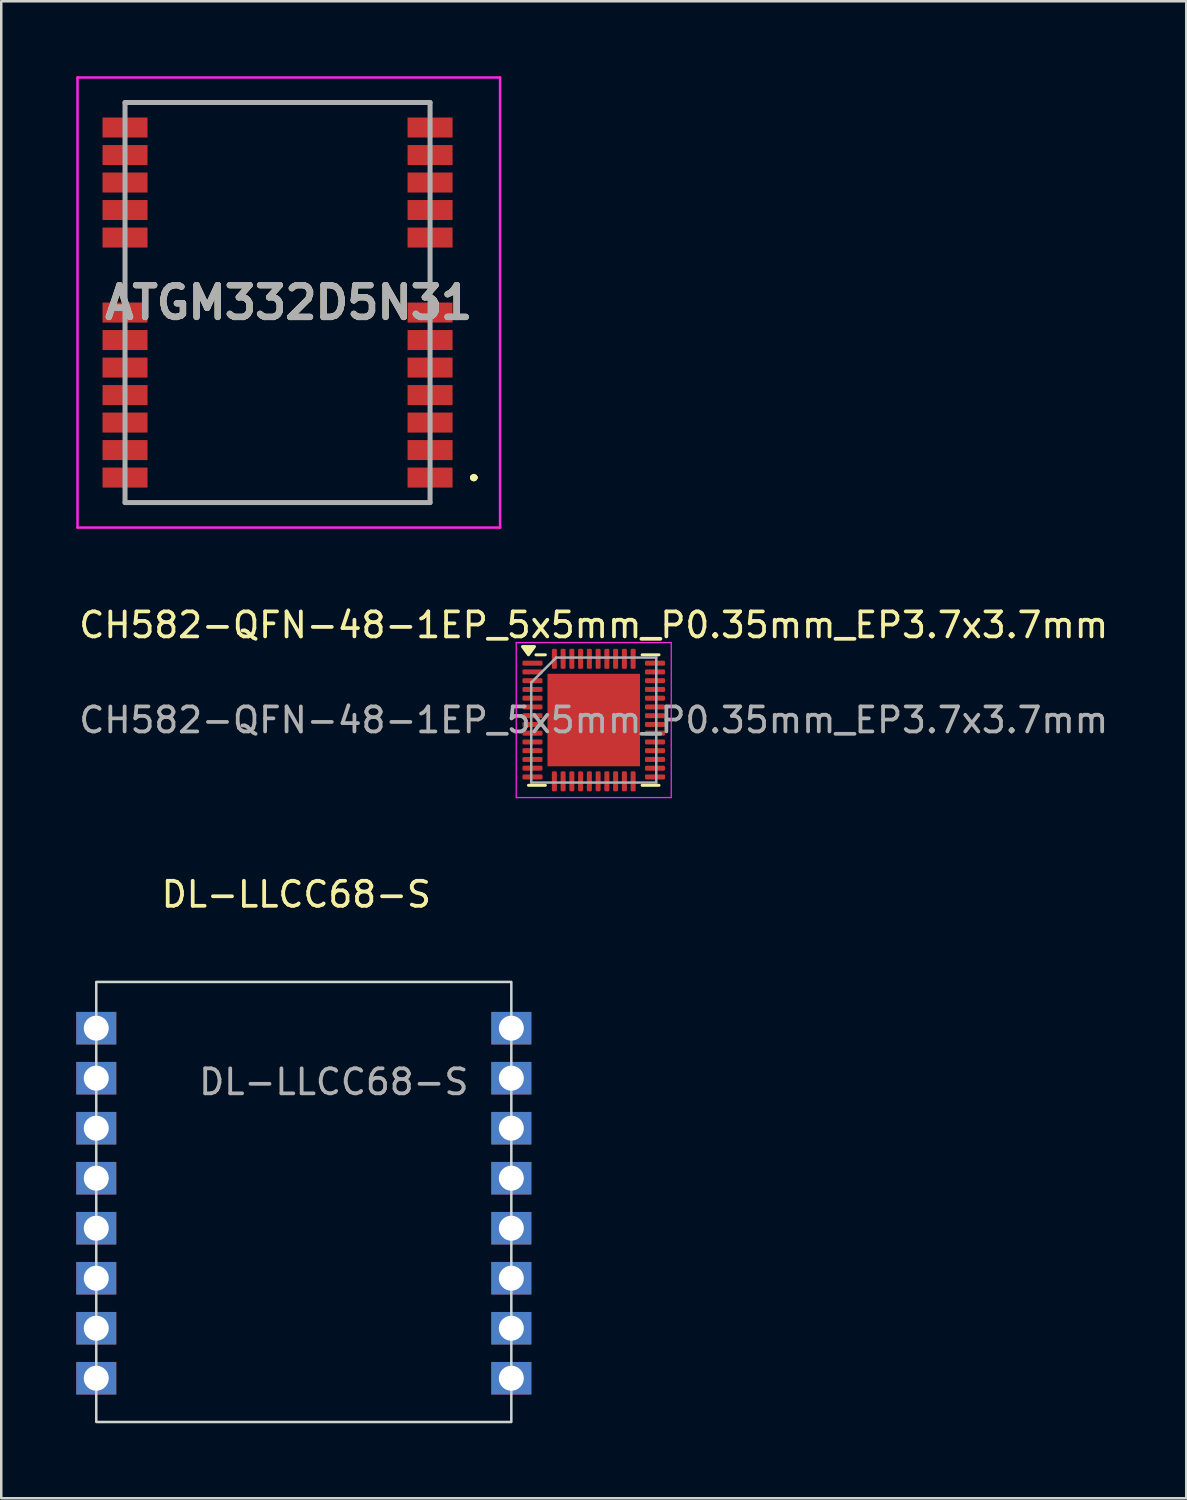
<source format=kicad_pcb>
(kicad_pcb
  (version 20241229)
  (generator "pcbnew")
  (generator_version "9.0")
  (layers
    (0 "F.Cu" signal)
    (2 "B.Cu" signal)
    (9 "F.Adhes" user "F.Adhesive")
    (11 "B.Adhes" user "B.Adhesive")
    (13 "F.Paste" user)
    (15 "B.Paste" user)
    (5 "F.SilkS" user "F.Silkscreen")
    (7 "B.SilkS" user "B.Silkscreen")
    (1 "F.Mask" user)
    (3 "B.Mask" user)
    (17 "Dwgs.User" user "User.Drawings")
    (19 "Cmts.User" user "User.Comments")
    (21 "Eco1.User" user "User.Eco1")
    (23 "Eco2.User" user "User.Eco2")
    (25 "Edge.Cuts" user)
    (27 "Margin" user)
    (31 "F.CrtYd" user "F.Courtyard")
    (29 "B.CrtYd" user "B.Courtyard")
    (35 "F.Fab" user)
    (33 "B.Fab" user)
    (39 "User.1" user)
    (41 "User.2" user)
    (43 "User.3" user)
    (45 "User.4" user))
  (footprint "CH582-QFN-48-1EP_5x5mm_P0.35mm_EP3.7x3.7mm"
    (layer "F.Cu")
    (at 20.696 25.748)
    (property "Reference" "CH582-QFN-48-1EP_5x5mm_P0.35mm_EP3.7x3.7mm" (at 0 -3.8 0) (layer "F.SilkS") (effects (font (size 1 1) (thickness 0.15))))
    (attr smd)
    (fp_line (start -1.935 -2.61) (end -2.31 -2.61) (stroke (width 0.12) (type solid)) (layer "F.SilkS"))
    (fp_line (start -1.935 2.61) (end -2.61 2.61) (stroke (width 0.12) (type solid)) (layer "F.SilkS"))
    (fp_line (start 1.935 -2.61) (end 2.61 -2.61) (stroke (width 0.12) (type solid)) (layer "F.SilkS"))
    (fp_line (start 1.935 2.61) (end 2.61 2.61) (stroke (width 0.12) (type solid)) (layer "F.SilkS"))
    (fp_poly (pts (xy -2.61 -2.61) (xy -2.85 -2.94) (xy -2.37 -2.94) (xy -2.61 -2.61)) (stroke (width 0.12) (type solid)) (fill yes) (layer "F.SilkS"))
    (fp_line (start -3.1 -3.1) (end -3.1 3.1) (stroke (width 0.05) (type solid)) (layer "F.CrtYd"))
    (fp_line (start -3.1 3.1) (end 3.1 3.1) (stroke (width 0.05) (type solid)) (layer "F.CrtYd"))
    (fp_line (start 3.1 -3.1) (end -3.1 -3.1) (stroke (width 0.05) (type solid)) (layer "F.CrtYd"))
    (fp_line (start 3.1 3.1) (end 3.1 -3.1) (stroke (width 0.05) (type solid)) (layer "F.CrtYd"))
    (fp_line (start -2.5 -1.5) (end -1.5 -2.5) (stroke (width 0.1) (type solid)) (layer "F.Fab"))
    (fp_line (start -2.5 2.5) (end -2.5 -1.5) (stroke (width 0.1) (type solid)) (layer "F.Fab"))
    (fp_line (start -1.5 -2.5) (end 2.5 -2.5) (stroke (width 0.1) (type solid)) (layer "F.Fab"))
    (fp_line (start 2.5 -2.5) (end 2.5 2.5) (stroke (width 0.1) (type solid)) (layer "F.Fab"))
    (fp_line (start 2.5 2.5) (end -2.5 2.5) (stroke (width 0.1) (type solid)) (layer "F.Fab"))
    (fp_text user "${REFERENCE}" (at 0 0 0) (layer "F.Fab") (effects (font (size 1 1) (thickness 0.15))))
    (pad "" smd roundrect (at -1.23 -1.23) (size 0.99 0.99) (layers "F.Paste") (roundrect_rratio 0.25))
    (pad "" smd roundrect (at -1.23 0) (size 0.99 0.99) (layers "F.Paste") (roundrect_rratio 0.25))
    (pad "" smd roundrect (at -1.23 1.23) (size 0.99 0.99) (layers "F.Paste") (roundrect_rratio 0.25))
    (pad "" smd roundrect (at 0 -1.23) (size 0.99 0.99) (layers "F.Paste") (roundrect_rratio 0.25))
    (pad "" smd roundrect (at 0 0) (size 0.99 0.99) (layers "F.Paste") (roundrect_rratio 0.25))
    (pad "" smd roundrect (at 0 1.23) (size 0.99 0.99) (layers "F.Paste") (roundrect_rratio 0.25))
    (pad "" smd roundrect (at 1.23 -1.23) (size 0.99 0.99) (layers "F.Paste") (roundrect_rratio 0.25))
    (pad "" smd roundrect (at 1.23 0) (size 0.99 0.99) (layers "F.Paste") (roundrect_rratio 0.25))
    (pad "" smd roundrect (at 1.23 1.23) (size 0.99 0.99) (layers "F.Paste") (roundrect_rratio 0.25))
    (pad "1" smd roundrect (at -1.575 2.45) (size 0.2 0.8) (layers "F.Cu" "F.Mask" "F.Paste") (roundrect_rratio 0.25))
    (pad "2" smd roundrect (at -1.225 2.45) (size 0.2 0.8) (layers "F.Cu" "F.Mask" "F.Paste") (roundrect_rratio 0.25))
    (pad "3" smd roundrect (at -0.875 2.45) (size 0.2 0.8) (layers "F.Cu" "F.Mask" "F.Paste") (roundrect_rratio 0.25))
    (pad "4" smd roundrect (at -0.525 2.45) (size 0.2 0.8) (layers "F.Cu" "F.Mask" "F.Paste") (roundrect_rratio 0.25))
    (pad "5" smd roundrect (at -0.175 2.45) (size 0.2 0.8) (layers "F.Cu" "F.Mask" "F.Paste") (roundrect_rratio 0.25))
    (pad "6" smd roundrect (at 0.175 2.45) (size 0.2 0.8) (layers "F.Cu" "F.Mask" "F.Paste") (roundrect_rratio 0.25))
    (pad "7" smd roundrect (at 0.525 2.45) (size 0.2 0.8) (layers "F.Cu" "F.Mask" "F.Paste") (roundrect_rratio 0.25))
    (pad "8" smd roundrect (at 0.875 2.45) (size 0.2 0.8) (layers "F.Cu" "F.Mask" "F.Paste") (roundrect_rratio 0.25))
    (pad "9" smd roundrect (at 1.225 2.45) (size 0.2 0.8) (layers "F.Cu" "F.Mask" "F.Paste") (roundrect_rratio 0.25))
    (pad "10" smd roundrect (at 1.575 2.45) (size 0.2 0.8) (layers "F.Cu" "F.Mask" "F.Paste") (roundrect_rratio 0.25))
    (pad "11" smd roundrect (at 2.45 2.275) (size 0.8 0.2) (layers "F.Cu" "F.Mask" "F.Paste") (roundrect_rratio 0.25))
    (pad "12" smd roundrect (at 2.45 1.925) (size 0.8 0.2) (layers "F.Cu" "F.Mask" "F.Paste") (roundrect_rratio 0.25))
    (pad "13" smd roundrect (at 2.45 1.575) (size 0.8 0.2) (layers "F.Cu" "F.Mask" "F.Paste") (roundrect_rratio 0.25))
    (pad "14" smd roundrect (at 2.45 1.225) (size 0.8 0.2) (layers "F.Cu" "F.Mask" "F.Paste") (roundrect_rratio 0.25))
    (pad "15" smd roundrect (at 2.45 0.875) (size 0.8 0.2) (layers "F.Cu" "F.Mask" "F.Paste") (roundrect_rratio 0.25))
    (pad "16" smd roundrect (at 2.45 0.525) (size 0.8 0.2) (layers "F.Cu" "F.Mask" "F.Paste") (roundrect_rratio 0.25))
    (pad "17" smd roundrect (at 2.45 0.175) (size 0.8 0.2) (layers "F.Cu" "F.Mask" "F.Paste") (roundrect_rratio 0.25))
    (pad "18" smd roundrect (at 2.45 -0.175) (size 0.8 0.2) (layers "F.Cu" "F.Mask" "F.Paste") (roundrect_rratio 0.25))
    (pad "19" smd roundrect (at 2.45 -0.525) (size 0.8 0.2) (layers "F.Cu" "F.Mask" "F.Paste") (roundrect_rratio 0.25))
    (pad "20" smd roundrect (at 2.45 -0.875) (size 0.8 0.2) (layers "F.Cu" "F.Mask" "F.Paste") (roundrect_rratio 0.25))
    (pad "21" smd roundrect (at 2.45 -1.225) (size 0.8 0.2) (layers "F.Cu" "F.Mask" "F.Paste") (roundrect_rratio 0.25))
    (pad "22" smd roundrect (at 2.45 -1.575) (size 0.8 0.2) (layers "F.Cu" "F.Mask" "F.Paste") (roundrect_rratio 0.25))
    (pad "23" smd roundrect (at 2.45 -1.925) (size 0.8 0.2) (layers "F.Cu" "F.Mask" "F.Paste") (roundrect_rratio 0.25))
    (pad "24" smd roundrect (at 2.45 -2.275) (size 0.8 0.2) (layers "F.Cu" "F.Mask" "F.Paste") (roundrect_rratio 0.25))
    (pad "25" smd roundrect (at 1.575 -2.45) (size 0.2 0.8) (layers "F.Cu" "F.Mask" "F.Paste") (roundrect_rratio 0.25))
    (pad "26" smd roundrect (at 1.225 -2.45) (size 0.2 0.8) (layers "F.Cu" "F.Mask" "F.Paste") (roundrect_rratio 0.25))
    (pad "27" smd roundrect (at 0.875 -2.45) (size 0.2 0.8) (layers "F.Cu" "F.Mask" "F.Paste") (roundrect_rratio 0.25))
    (pad "28" smd roundrect (at 0.525 -2.45) (size 0.2 0.8) (layers "F.Cu" "F.Mask" "F.Paste") (roundrect_rratio 0.25))
    (pad "29" smd roundrect (at 0.175 -2.45) (size 0.2 0.8) (layers "F.Cu" "F.Mask" "F.Paste") (roundrect_rratio 0.25))
    (pad "30" smd roundrect (at -0.175 -2.45) (size 0.2 0.8) (layers "F.Cu" "F.Mask" "F.Paste") (roundrect_rratio 0.25))
    (pad "31" smd roundrect (at -0.525 -2.45) (size 0.2 0.8) (layers "F.Cu" "F.Mask" "F.Paste") (roundrect_rratio 0.25))
    (pad "32" smd roundrect (at -0.875 -2.45) (size 0.2 0.8) (layers "F.Cu" "F.Mask" "F.Paste") (roundrect_rratio 0.25))
    (pad "33" smd roundrect (at -1.225 -2.45) (size 0.2 0.8) (layers "F.Cu" "F.Mask" "F.Paste") (roundrect_rratio 0.25))
    (pad "34" smd roundrect (at -1.575 -2.45) (size 0.2 0.8) (layers "F.Cu" "F.Mask" "F.Paste") (roundrect_rratio 0.25))
    (pad "35" smd roundrect (at -2.45 -2.275) (size 0.8 0.2) (layers "F.Cu" "F.Mask" "F.Paste") (roundrect_rratio 0.25))
    (pad "36" smd roundrect (at -2.45 -1.925) (size 0.8 0.2) (layers "F.Cu" "F.Mask" "F.Paste") (roundrect_rratio 0.25))
    (pad "37" smd roundrect (at -2.45 -1.575) (size 0.8 0.2) (layers "F.Cu" "F.Mask" "F.Paste") (roundrect_rratio 0.25))
    (pad "38" smd roundrect (at -2.45 -1.225) (size 0.8 0.2) (layers "F.Cu" "F.Mask" "F.Paste") (roundrect_rratio 0.25))
    (pad "39" smd roundrect (at -2.45 -0.875) (size 0.8 0.2) (layers "F.Cu" "F.Mask" "F.Paste") (roundrect_rratio 0.25))
    (pad "40" smd roundrect (at -2.45 -0.525) (size 0.8 0.2) (layers "F.Cu" "F.Mask" "F.Paste") (roundrect_rratio 0.25))
    (pad "41" smd roundrect (at -2.45 -0.175) (size 0.8 0.2) (layers "F.Cu" "F.Mask" "F.Paste") (roundrect_rratio 0.25))
    (pad "42" smd roundrect (at -2.45 0.175) (size 0.8 0.2) (layers "F.Cu" "F.Mask" "F.Paste") (roundrect_rratio 0.25))
    (pad "43" smd roundrect (at -2.45 0.525) (size 0.8 0.2) (layers "F.Cu" "F.Mask" "F.Paste") (roundrect_rratio 0.25))
    (pad "44" smd roundrect (at -2.45 0.875) (size 0.8 0.2) (layers "F.Cu" "F.Mask" "F.Paste") (roundrect_rratio 0.25))
    (pad "45" smd roundrect (at -2.45 1.225) (size 0.8 0.2) (layers "F.Cu" "F.Mask" "F.Paste") (roundrect_rratio 0.25))
    (pad "46" smd roundrect (at -2.45 1.575) (size 0.8 0.2) (layers "F.Cu" "F.Mask" "F.Paste") (roundrect_rratio 0.25))
    (pad "47" smd roundrect (at -2.45 1.925) (size 0.8 0.2) (layers "F.Cu" "F.Mask" "F.Paste") (roundrect_rratio 0.25))
    (pad "48" smd roundrect (at -2.45 2.275) (size 0.8 0.2) (layers "F.Cu" "F.Mask" "F.Paste") (roundrect_rratio 0.25))
    (pad "49" smd rect (at 0 0) (size 3.7 3.7) (property pad_prop_heatsink) (layers "F.Cu" "F.Mask")))
  (footprint "ATGM332D5N31"
    (layer "F.Cu")
    (at 8.05 9.05)
    (property "Reference" "ATGM332D5N31" (at 0.45 0 0) (layer "F.SilkS") (effects (font (size 1.27 1.27) (thickness 0.254))))
    (attr smd)
    (fp_line (start -6.1 -1.5) (end -6.1 -1.5) (stroke (width 0.1) (type solid)) (layer "F.SilkS"))
    (fp_line (start -6.1 -1.5) (end -6.1 -0.5) (stroke (width 0.1) (type solid)) (layer "F.SilkS"))
    (fp_line (start -6.1 -0.5) (end -6.1 -1.5) (stroke (width 0.1) (type solid)) (layer "F.SilkS"))
    (fp_line (start -6.1 -0.5) (end -6.1 -0.5) (stroke (width 0.1) (type solid)) (layer "F.SilkS"))
    (fp_line (start -6 -8) (end -6 -8) (stroke (width 0.1) (type solid)) (layer "F.SilkS"))
    (fp_line (start -6 -8) (end 6 -8) (stroke (width 0.1) (type solid)) (layer "F.SilkS"))
    (fp_line (start -6 8) (end -6 8) (stroke (width 0.1) (type solid)) (layer "F.SilkS"))
    (fp_line (start -6 8) (end 6.1 8) (stroke (width 0.1) (type solid)) (layer "F.SilkS"))
    (fp_line (start 6 -8) (end -6 -8) (stroke (width 0.1) (type solid)) (layer "F.SilkS"))
    (fp_line (start 6 -8) (end 6 -8) (stroke (width 0.1) (type solid)) (layer "F.SilkS"))
    (fp_line (start 6.1 -1.5) (end 6.1 -1.5) (stroke (width 0.1) (type solid)) (layer "F.SilkS"))
    (fp_line (start 6.1 -1.5) (end 6.1 -0.5) (stroke (width 0.1) (type solid)) (layer "F.SilkS"))
    (fp_line (start 6.1 -0.5) (end 6.1 -1.5) (stroke (width 0.1) (type solid)) (layer "F.SilkS"))
    (fp_line (start 6.1 -0.5) (end 6.1 -0.5) (stroke (width 0.1) (type solid)) (layer "F.SilkS"))
    (fp_line (start 6.1 8) (end -6 8) (stroke (width 0.1) (type solid)) (layer "F.SilkS"))
    (fp_line (start 6.1 8) (end 6.1 8) (stroke (width 0.1) (type solid)) (layer "F.SilkS"))
    (fp_line (start 7.8 7) (end 7.8 7) (stroke (width 0.2) (type solid)) (layer "F.SilkS"))
    (fp_line (start 7.8 7) (end 7.8 7) (stroke (width 0.2) (type solid)) (layer "F.SilkS"))
    (fp_line (start 7.9 7) (end 7.9 7) (stroke (width 0.2) (type solid)) (layer "F.SilkS"))
    (fp_arc (start 7.8 7) (mid 7.85 6.95) (end 7.9 7) (stroke (width 0.2) (type solid)) (layer "F.SilkS"))
    (fp_arc (start 7.9 7) (mid 7.85 7.05) (end 7.8 7) (stroke (width 0.2) (type solid)) (layer "F.SilkS"))
    (fp_arc (start 7.9 7) (mid 7.85 7.05) (end 7.8 7) (stroke (width 0.2) (type solid)) (layer "F.SilkS"))
    (fp_line (start -8 -9) (end 8.9 -9) (stroke (width 0.1) (type solid)) (layer "F.CrtYd"))
    (fp_line (start -8 9) (end -8 -9) (stroke (width 0.1) (type solid)) (layer "F.CrtYd"))
    (fp_line (start 8.9 -9) (end 8.9 9) (stroke (width 0.1) (type solid)) (layer "F.CrtYd"))
    (fp_line (start 8.9 9) (end -8 9) (stroke (width 0.1) (type solid)) (layer "F.CrtYd"))
    (fp_line (start -6.1 -8) (end -6.1 8) (stroke (width 0.2) (type solid)) (layer "F.Fab"))
    (fp_line (start -6.1 8) (end 6.1 8) (stroke (width 0.2) (type solid)) (layer "F.Fab"))
    (fp_line (start 6.1 -8) (end -6.1 -8) (stroke (width 0.2) (type solid)) (layer "F.Fab"))
    (fp_line (start 6.1 8) (end 6.1 -8) (stroke (width 0.2) (type solid)) (layer "F.Fab"))
    (fp_text user "${REFERENCE}" (at 0.45 0 0) (layer "F.Fab") (effects (font (size 1.27 1.27) (thickness 0.254))))
    (pad "1" smd rect (at 6.1 7 90) (size 0.8 1.8) (layers "F.Cu" "F.Mask" "F.Paste"))
    (pad "2" smd rect (at 6.1 5.9 90) (size 0.8 1.8) (layers "F.Cu" "F.Mask" "F.Paste"))
    (pad "3" smd rect (at 6.1 4.8 90) (size 0.8 1.8) (layers "F.Cu" "F.Mask" "F.Paste"))
    (pad "4" smd rect (at 6.1 3.7 90) (size 0.8 1.8) (layers "F.Cu" "F.Mask" "F.Paste"))
    (pad "5" smd rect (at 6.1 2.6 90) (size 0.8 1.8) (layers "F.Cu" "F.Mask" "F.Paste"))
    (pad "6" smd rect (at 6.1 1.5 90) (size 0.8 1.8) (layers "F.Cu" "F.Mask" "F.Paste"))
    (pad "7" smd rect (at 6.1 0.4 90) (size 0.8 1.8) (layers "F.Cu" "F.Mask" "F.Paste"))
    (pad "8" smd rect (at 6.1 -2.6 90) (size 0.8 1.8) (layers "F.Cu" "F.Mask" "F.Paste"))
    (pad "9" smd rect (at 6.1 -3.7 90) (size 0.8 1.8) (layers "F.Cu" "F.Mask" "F.Paste"))
    (pad "10" smd rect (at 6.1 -4.8 90) (size 0.8 1.8) (layers "F.Cu" "F.Mask" "F.Paste"))
    (pad "11" smd rect (at 6.1 -5.9 90) (size 0.8 1.8) (layers "F.Cu" "F.Mask" "F.Paste"))
    (pad "12" smd rect (at 6.1 -7 90) (size 0.8 1.8) (layers "F.Cu" "F.Mask" "F.Paste"))
    (pad "13" smd rect (at -6.1 -7 90) (size 0.8 1.8) (layers "F.Cu" "F.Mask" "F.Paste"))
    (pad "14" smd rect (at -6.1 -5.9 90) (size 0.8 1.8) (layers "F.Cu" "F.Mask" "F.Paste"))
    (pad "15" smd rect (at -6.1 -4.8 90) (size 0.8 1.8) (layers "F.Cu" "F.Mask" "F.Paste"))
    (pad "16" smd rect (at -6.1 -3.7 90) (size 0.8 1.8) (layers "F.Cu" "F.Mask" "F.Paste"))
    (pad "17" smd rect (at -6.1 -2.6 90) (size 0.8 1.8) (layers "F.Cu" "F.Mask" "F.Paste"))
    (pad "18" smd rect (at -6.1 0.4 90) (size 0.8 1.8) (layers "F.Cu" "F.Mask" "F.Paste"))
    (pad "19" smd rect (at -6.1 1.5 90) (size 0.8 1.8) (layers "F.Cu" "F.Mask" "F.Paste"))
    (pad "20" smd rect (at -6.1 2.6 90) (size 0.8 1.8) (layers "F.Cu" "F.Mask" "F.Paste"))
    (pad "21" smd rect (at -6.1 3.7 90) (size 0.8 1.8) (layers "F.Cu" "F.Mask" "F.Paste"))
    (pad "22" smd rect (at -6.1 4.8 90) (size 0.8 1.8) (layers "F.Cu" "F.Mask" "F.Paste"))
    (pad "23" smd rect (at -6.1 5.9 90) (size 0.8 1.8) (layers "F.Cu" "F.Mask" "F.Paste"))
    (pad "24" smd rect (at -6.1 7 90) (size 0.8 1.8) (layers "F.Cu" "F.Mask" "F.Paste")))
  (footprint "DL-LLCC68-S"
    (layer "F.Cu")
    (at 0.8 36.221)
    (property "Reference" "DL-LLCC68-S" (at 8 -3.5 0) (unlocked yes) (layer "F.SilkS") (effects (font (size 1 1) (thickness 0.15))))
    (attr smd)
    (fp_rect (start 0 0) (end 16.6 17.6) (stroke (width 0.1) (type default)) (fill no) (layer "Edge.Cuts"))
    (fp_text user "${REFERENCE}" (at 9.5 4 0) (unlocked yes) (layer "F.Fab") (effects (font (size 1 1) (thickness 0.15))))
    (pad "1" thru_hole rect (at 0 1.85) (size 1.6 1.3) (drill 1) (property pad_prop_castellated) (layers "*.Cu" "*.Mask"))
    (pad "2" thru_hole rect (at 0 3.85) (size 1.6 1.3) (drill 1) (property pad_prop_castellated) (layers "*.Cu" "*.Mask"))
    (pad "3" thru_hole rect (at 0 5.85) (size 1.6 1.3) (drill 1) (property pad_prop_castellated) (layers "*.Cu" "*.Mask"))
    (pad "4" thru_hole rect (at 0 7.85) (size 1.6 1.3) (drill 1) (property pad_prop_castellated) (layers "*.Cu" "*.Mask"))
    (pad "5" thru_hole rect (at 0 9.85) (size 1.6 1.3) (drill 1) (property pad_prop_castellated) (layers "*.Cu" "*.Mask"))
    (pad "6" thru_hole rect (at 0 11.85) (size 1.6 1.3) (drill 1) (property pad_prop_castellated) (layers "*.Cu" "*.Mask"))
    (pad "7" thru_hole rect (at 0 13.85) (size 1.6 1.3) (drill 1) (property pad_prop_castellated) (layers "*.Cu" "*.Mask"))
    (pad "8" thru_hole rect (at 0 15.85) (size 1.6 1.3) (drill 1) (property pad_prop_castellated) (layers "*.Cu" "*.Mask"))
    (pad "9" thru_hole rect (at 16.6 15.85) (size 1.6 1.3) (drill 1) (property pad_prop_castellated) (layers "*.Cu" "*.Mask"))
    (pad "10" thru_hole rect (at 16.6 13.85) (size 1.6 1.3) (drill 1) (property pad_prop_castellated) (layers "*.Cu" "*.Mask"))
    (pad "11" thru_hole rect (at 16.6 11.85) (size 1.6 1.3) (drill 1) (property pad_prop_castellated) (layers "*.Cu" "*.Mask"))
    (pad "12" thru_hole rect (at 16.6 9.85) (size 1.6 1.3) (drill 1) (property pad_prop_castellated) (layers "*.Cu" "*.Mask"))
    (pad "13" thru_hole rect (at 16.6 7.85) (size 1.6 1.3) (drill 1) (property pad_prop_castellated) (layers "*.Cu" "*.Mask"))
    (pad "14" thru_hole rect (at 16.6 5.85) (size 1.6 1.3) (drill 1) (property pad_prop_castellated) (layers "*.Cu" "*.Mask"))
    (pad "15" thru_hole rect (at 16.6 3.85) (size 1.6 1.3) (drill 1) (property pad_prop_castellated) (layers "*.Cu" "*.Mask"))
    (pad "16" thru_hole rect (at 16.6 1.85) (size 1.6 1.3) (drill 1) (property pad_prop_castellated) (layers "*.Cu" "*.Mask")))
  (gr_rect
    (start -3 -3)
    (end 44.393 56.871)
    (stroke (width 0.1) (type default))
    (fill no)
    (layer "Edge.Cuts")))
</source>
